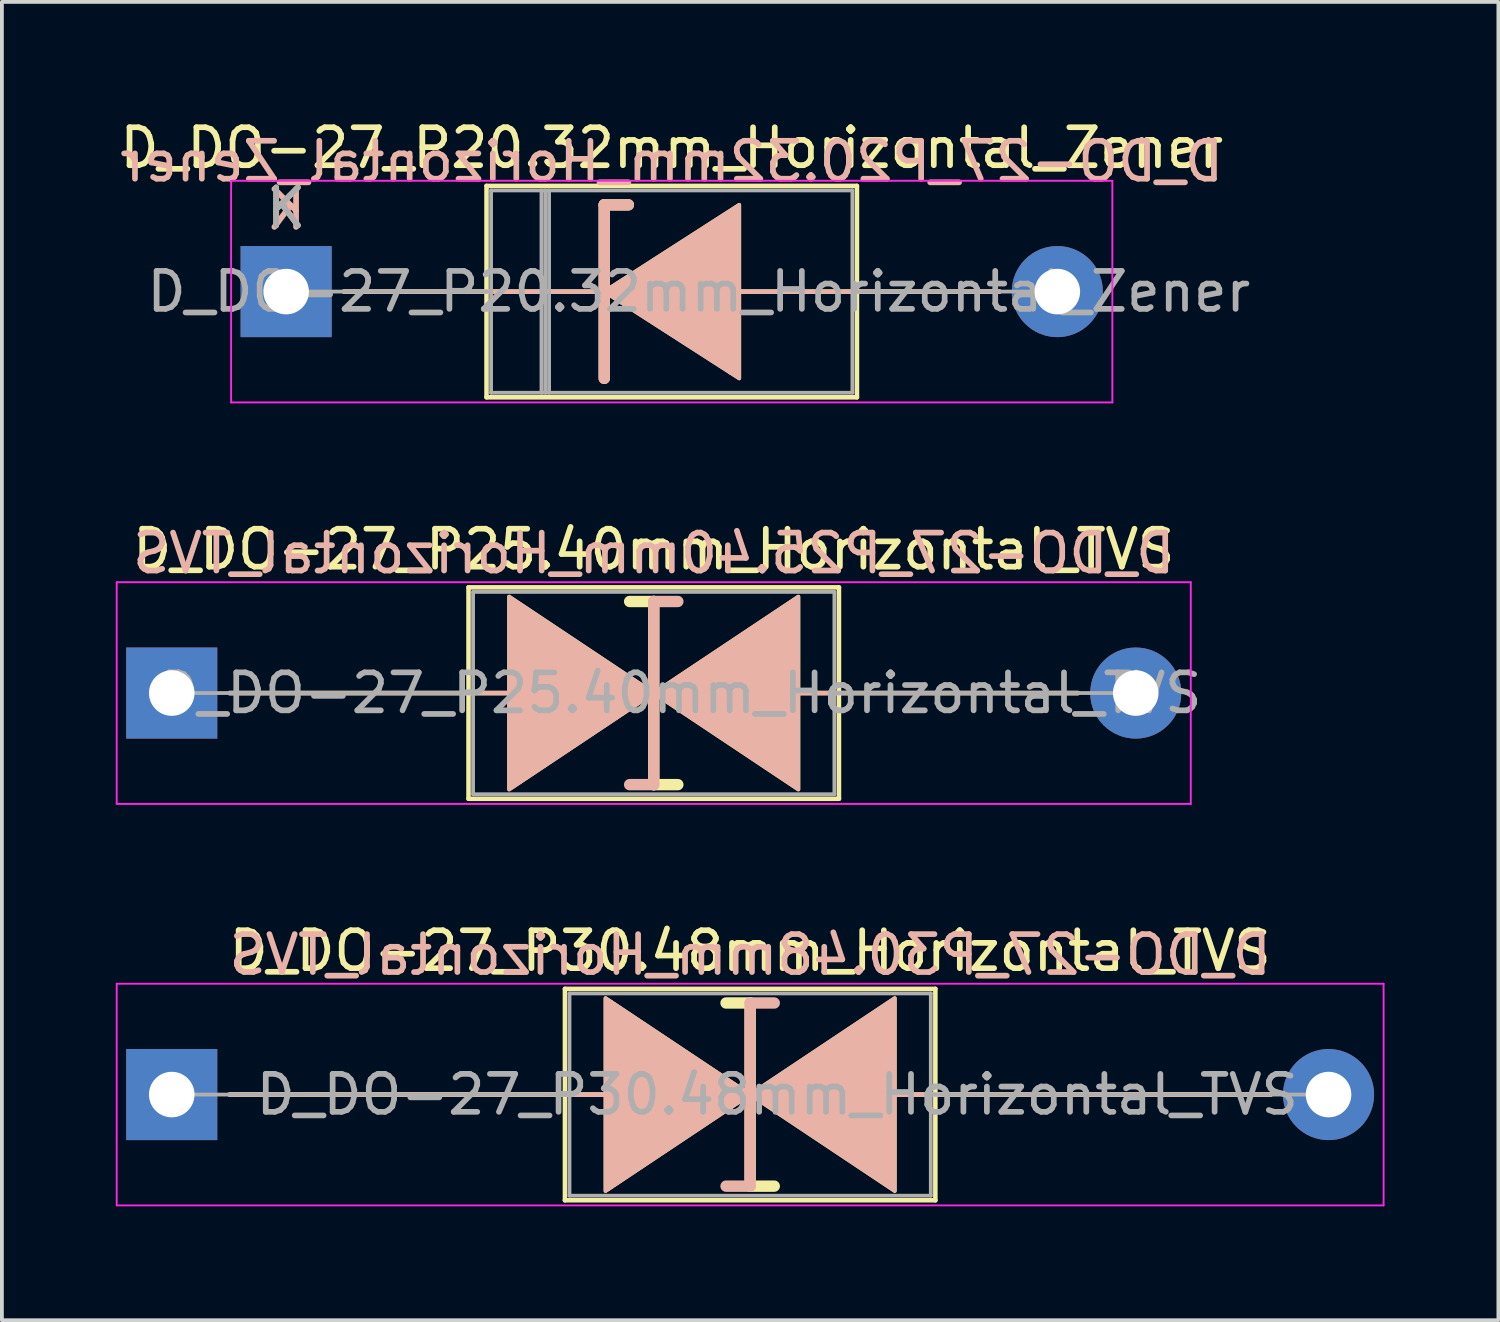
<source format=kicad_pcb>
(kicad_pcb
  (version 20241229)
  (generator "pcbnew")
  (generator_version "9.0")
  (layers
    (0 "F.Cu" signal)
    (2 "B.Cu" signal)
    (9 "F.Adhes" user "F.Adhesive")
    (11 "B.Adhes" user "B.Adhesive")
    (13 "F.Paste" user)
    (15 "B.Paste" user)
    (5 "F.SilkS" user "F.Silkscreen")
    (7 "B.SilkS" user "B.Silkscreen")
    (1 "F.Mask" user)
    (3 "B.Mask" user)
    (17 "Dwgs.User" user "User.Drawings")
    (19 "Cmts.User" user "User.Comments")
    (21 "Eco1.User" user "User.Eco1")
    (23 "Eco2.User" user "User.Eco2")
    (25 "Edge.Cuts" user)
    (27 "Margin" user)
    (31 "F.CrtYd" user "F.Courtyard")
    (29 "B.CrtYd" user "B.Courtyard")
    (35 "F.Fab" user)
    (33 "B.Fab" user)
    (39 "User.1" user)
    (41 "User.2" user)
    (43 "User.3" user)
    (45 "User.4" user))
  (footprint "D_DO-27_P30.48mm_Horizontal_TVS"
    (layer "F.Cu")
    (at 1.475 25.79)
    (property "Reference" "D_DO-27_P30.48mm_Horizontal_TVS" (at 15.24 -3.785 0) (layer "F.SilkS") (effects (font (size 1 1) (thickness 0.15))))
    (fp_line (start 1.524 0) (end 10.36 0) (stroke (width 0.12) (type solid)) (layer "F.SilkS"))
    (fp_line (start 10.36 -2.785) (end 10.36 2.785) (stroke (width 0.12) (type solid)) (layer "F.SilkS"))
    (fp_line (start 10.36 0) (end 11.43 0) (stroke (width 0.12) (type solid)) (layer "F.SilkS"))
    (fp_line (start 10.36 2.785) (end 20.12 2.785) (stroke (width 0.12) (type solid)) (layer "F.SilkS"))
    (fp_line (start 15.24 -2.413) (end 14.605 -2.413) (stroke (width 0.3) (type solid)) (layer "F.SilkS"))
    (fp_line (start 15.24 2.413) (end 15.24 -2.413) (stroke (width 0.3) (type solid)) (layer "F.SilkS"))
    (fp_line (start 15.875 2.413) (end 15.24 2.413) (stroke (width 0.3) (type solid)) (layer "F.SilkS"))
    (fp_line (start 19.05 0) (end 20.12 0) (stroke (width 0.12) (type solid)) (layer "F.SilkS"))
    (fp_line (start 20.12 -2.785) (end 10.36 -2.785) (stroke (width 0.12) (type solid)) (layer "F.SilkS"))
    (fp_line (start 20.12 2.785) (end 20.12 -2.785) (stroke (width 0.12) (type solid)) (layer "F.SilkS"))
    (fp_line (start 28.956 0) (end 20.12 0) (stroke (width 0.12) (type solid)) (layer "F.SilkS"))
    (fp_poly (pts (xy 15.24 0) (xy 11.43 2.54) (xy 11.43 -2.54)) (stroke (width 0.1) (type solid)) (fill yes) (layer "F.SilkS"))
    (fp_poly (pts (xy 15.24 0) (xy 19.05 -2.54) (xy 19.05 2.54)) (stroke (width 0.1) (type solid)) (fill yes) (layer "F.SilkS"))
    (fp_line (start 1.524 0) (end 10.36 0) (stroke (width 0.12) (type solid)) (layer "B.SilkS"))
    (fp_line (start 10.36 0) (end 11.43 0) (stroke (width 0.12) (type solid)) (layer "B.SilkS"))
    (fp_line (start 15.24 -2.413) (end 15.24 2.413) (stroke (width 0.3) (type solid)) (layer "B.SilkS"))
    (fp_line (start 15.24 2.413) (end 14.605 2.413) (stroke (width 0.3) (type solid)) (layer "B.SilkS"))
    (fp_line (start 15.875 -2.413) (end 15.24 -2.413) (stroke (width 0.3) (type solid)) (layer "B.SilkS"))
    (fp_line (start 19.05 0) (end 20.12 0) (stroke (width 0.12) (type solid)) (layer "B.SilkS"))
    (fp_line (start 28.956 0) (end 20.12 0) (stroke (width 0.12) (type solid)) (layer "B.SilkS"))
    (fp_poly (pts (xy 15.24 0) (xy 11.43 -2.54) (xy 11.43 2.54)) (stroke (width 0.1) (type solid)) (fill yes) (layer "B.SilkS"))
    (fp_poly (pts (xy 15.24 0) (xy 19.05 2.54) (xy 19.05 -2.54)) (stroke (width 0.1) (type solid)) (fill yes) (layer "B.SilkS"))
    (fp_line (start -1.45 -2.92) (end -1.45 2.92) (stroke (width 0.05) (type solid)) (layer "F.CrtYd"))
    (fp_line (start -1.45 2.92) (end 31.93 2.92) (stroke (width 0.05) (type solid)) (layer "F.CrtYd"))
    (fp_line (start 31.93 -2.92) (end -1.45 -2.92) (stroke (width 0.05) (type solid)) (layer "F.CrtYd"))
    (fp_line (start 31.93 2.92) (end 31.93 -2.92) (stroke (width 0.05) (type solid)) (layer "F.CrtYd"))
    (fp_line (start 0 0) (end 10.48 0) (stroke (width 0.1) (type solid)) (layer "F.Fab"))
    (fp_line (start 10.48 -2.665) (end 10.48 2.665) (stroke (width 0.1) (type solid)) (layer "F.Fab"))
    (fp_line (start 10.48 2.665) (end 20 2.665) (stroke (width 0.1) (type solid)) (layer "F.Fab"))
    (fp_line (start 20 -2.665) (end 10.48 -2.665) (stroke (width 0.1) (type solid)) (layer "F.Fab"))
    (fp_line (start 20 2.665) (end 20 -2.665) (stroke (width 0.1) (type solid)) (layer "F.Fab"))
    (fp_line (start 30.48 0) (end 20 0) (stroke (width 0.1) (type solid)) (layer "F.Fab"))
    (fp_text user "${REFERENCE}" (at 15.24 -3.683 0) (layer "B.SilkS") (effects (font (size 1 1) (thickness 0.15)) (justify mirror)))
    (fp_text user "${REFERENCE}" (at 15.954 0 0) (layer "F.Fab") (effects (font (size 1 1) (thickness 0.15))))
    (pad "1" thru_hole rect (at 0 0) (size 2.4 2.4) (drill 1.2) (layers "*.Cu" "*.Mask"))
    (pad "2" thru_hole oval (at 30.48 0) (size 2.4 2.4) (drill 1.2) (layers "*.Cu" "*.Mask")))
  (footprint "D_DO-27_P20.32mm_Horizontal_Zener"
    (layer "F.Cu")
    (at 4.489 4.633)
    (property "Reference" "D_DO-27_P20.32mm_Horizontal_Zener" (at 10.16 -3.785 0) (layer "F.SilkS") (effects (font (size 1 1) (thickness 0.15))))
    (fp_line (start 1.524 0) (end 5.28 0) (stroke (width 0.12) (type solid)) (layer "F.SilkS"))
    (fp_line (start 5.28 -2.785) (end 5.28 2.785) (stroke (width 0.12) (type solid)) (layer "F.SilkS"))
    (fp_line (start 5.28 2.785) (end 15.04 2.785) (stroke (width 0.12) (type solid)) (layer "F.SilkS"))
    (fp_line (start 8.382 -2.286) (end 8.382 2.286) (stroke (width 0.3) (type solid)) (layer "F.SilkS"))
    (fp_line (start 8.382 -2.286) (end 9.017 -2.286) (stroke (width 0.3) (type solid)) (layer "F.SilkS"))
    (fp_line (start 8.382 0) (end 5.28 0) (stroke (width 0.12) (type solid)) (layer "F.SilkS"))
    (fp_line (start 11.811 0) (end 15.04 0) (stroke (width 0.12) (type solid)) (layer "F.SilkS"))
    (fp_line (start 15.04 -2.785) (end 5.28 -2.785) (stroke (width 0.12) (type solid)) (layer "F.SilkS"))
    (fp_line (start 15.04 2.785) (end 15.04 -2.785) (stroke (width 0.12) (type solid)) (layer "F.SilkS"))
    (fp_line (start 18.796 0) (end 15.04 0) (stroke (width 0.12) (type solid)) (layer "F.SilkS"))
    (fp_poly (pts (xy 11.938 2.286) (xy 8.382 0) (xy 11.938 -2.286)) (stroke (width 0.1) (type solid)) (fill yes) (layer "F.SilkS"))
    (fp_line (start 1.524 0) (end 5.28 0) (stroke (width 0.12) (type solid)) (layer "B.SilkS"))
    (fp_line (start 8.382 -2.286) (end 9.017 -2.286) (stroke (width 0.3) (type solid)) (layer "B.SilkS"))
    (fp_line (start 8.382 0) (end 5.28 0) (stroke (width 0.12) (type solid)) (layer "B.SilkS"))
    (fp_line (start 8.382 2.286) (end 8.382 -2.286) (stroke (width 0.3) (type solid)) (layer "B.SilkS"))
    (fp_line (start 11.811 0) (end 15.04 0) (stroke (width 0.12) (type solid)) (layer "B.SilkS"))
    (fp_line (start 18.796 0) (end 15.04 0) (stroke (width 0.12) (type solid)) (layer "B.SilkS"))
    (fp_poly (pts (xy 11.938 -2.286) (xy 8.382 0) (xy 11.938 2.286)) (stroke (width 0.1) (type solid)) (fill yes) (layer "B.SilkS"))
    (fp_line (start -1.45 -2.92) (end -1.45 2.92) (stroke (width 0.05) (type solid)) (layer "F.CrtYd"))
    (fp_line (start -1.45 2.92) (end 21.77 2.92) (stroke (width 0.05) (type solid)) (layer "F.CrtYd"))
    (fp_line (start 21.77 -2.92) (end -1.45 -2.92) (stroke (width 0.05) (type solid)) (layer "F.CrtYd"))
    (fp_line (start 21.77 2.92) (end 21.77 -2.92) (stroke (width 0.05) (type solid)) (layer "F.CrtYd"))
    (fp_line (start 0 0) (end 5.4 0) (stroke (width 0.1) (type solid)) (layer "F.Fab"))
    (fp_line (start 5.4 -2.665) (end 5.4 2.665) (stroke (width 0.1) (type solid)) (layer "F.Fab"))
    (fp_line (start 5.4 2.665) (end 14.92 2.665) (stroke (width 0.1) (type solid)) (layer "F.Fab"))
    (fp_line (start 6.728 -2.665) (end 6.728 2.665) (stroke (width 0.1) (type solid)) (layer "F.Fab"))
    (fp_line (start 6.828 -2.665) (end 6.828 2.665) (stroke (width 0.1) (type solid)) (layer "F.Fab"))
    (fp_line (start 6.928 -2.665) (end 6.928 2.665) (stroke (width 0.1) (type solid)) (layer "F.Fab"))
    (fp_line (start 14.92 -2.665) (end 5.4 -2.665) (stroke (width 0.1) (type solid)) (layer "F.Fab"))
    (fp_line (start 14.92 2.665) (end 14.92 -2.665) (stroke (width 0.1) (type solid)) (layer "F.Fab"))
    (fp_line (start 20.32 0) (end 14.92 0) (stroke (width 0.1) (type solid)) (layer "F.Fab"))
    (fp_text user "K" (at 0 -2.2 0) (layer "F.SilkS") (effects (font (size 1 1) (thickness 0.15))))
    (fp_text user "K" (at 0 -2.159 0) (layer "B.SilkS") (effects (font (size 1 1) (thickness 0.15)) (justify mirror)))
    (fp_text user "${REFERENCE}" (at 10.16 -3.429 0) (layer "B.SilkS") (effects (font (size 1 1) (thickness 0.15)) (justify mirror)))
    (fp_text user "K" (at 0 -2.2 0) (layer "F.Fab") (effects (font (size 1 1) (thickness 0.15))))
    (fp_text user "${REFERENCE}" (at 10.874 0 0) (layer "F.Fab") (effects (font (size 1 1) (thickness 0.15))))
    (pad "1" thru_hole rect (at 0 0) (size 2.4 2.4) (drill 1.2) (layers "*.Cu" "*.Mask"))
    (pad "2" thru_hole oval (at 20.32 0) (size 2.4 2.4) (drill 1.2) (layers "*.Cu" "*.Mask")))
  (footprint "D_DO-27_P25.40mm_Horizontal_TVS"
    (layer "F.Cu")
    (at 1.475 15.211)
    (property "Reference" "D_DO-27_P25.40mm_Horizontal_TVS" (at 12.7 -3.785 0) (layer "F.SilkS") (effects (font (size 1 1) (thickness 0.15))))
    (fp_line (start 1.524 0) (end 7.82 0) (stroke (width 0.12) (type solid)) (layer "F.SilkS"))
    (fp_line (start 7.82 -2.785) (end 7.82 2.785) (stroke (width 0.12) (type solid)) (layer "F.SilkS"))
    (fp_line (start 7.82 0) (end 8.89 0) (stroke (width 0.12) (type solid)) (layer "F.SilkS"))
    (fp_line (start 7.82 2.785) (end 17.58 2.785) (stroke (width 0.12) (type solid)) (layer "F.SilkS"))
    (fp_line (start 12.7 -2.413) (end 12.065 -2.413) (stroke (width 0.3) (type solid)) (layer "F.SilkS"))
    (fp_line (start 12.7 2.413) (end 12.7 -2.413) (stroke (width 0.3) (type solid)) (layer "F.SilkS"))
    (fp_line (start 13.335 2.413) (end 12.7 2.413) (stroke (width 0.3) (type solid)) (layer "F.SilkS"))
    (fp_line (start 16.51 0) (end 17.58 0) (stroke (width 0.12) (type solid)) (layer "F.SilkS"))
    (fp_line (start 17.58 -2.785) (end 7.82 -2.785) (stroke (width 0.12) (type solid)) (layer "F.SilkS"))
    (fp_line (start 17.58 2.785) (end 17.58 -2.785) (stroke (width 0.12) (type solid)) (layer "F.SilkS"))
    (fp_line (start 23.876 0) (end 17.58 0) (stroke (width 0.12) (type solid)) (layer "F.SilkS"))
    (fp_poly (pts (xy 12.7 0) (xy 8.89 2.54) (xy 8.89 -2.54)) (stroke (width 0.1) (type solid)) (fill yes) (layer "F.SilkS"))
    (fp_poly (pts (xy 12.7 0) (xy 16.51 -2.54) (xy 16.51 2.54)) (stroke (width 0.1) (type solid)) (fill yes) (layer "F.SilkS"))
    (fp_line (start 1.524 0) (end 7.82 0) (stroke (width 0.12) (type solid)) (layer "B.SilkS"))
    (fp_line (start 7.82 0) (end 8.89 0) (stroke (width 0.12) (type solid)) (layer "B.SilkS"))
    (fp_line (start 12.7 -2.413) (end 12.7 2.413) (stroke (width 0.3) (type solid)) (layer "B.SilkS"))
    (fp_line (start 12.7 2.413) (end 12.065 2.413) (stroke (width 0.3) (type solid)) (layer "B.SilkS"))
    (fp_line (start 13.335 -2.413) (end 12.7 -2.413) (stroke (width 0.3) (type solid)) (layer "B.SilkS"))
    (fp_line (start 16.51 0) (end 17.58 0) (stroke (width 0.12) (type solid)) (layer "B.SilkS"))
    (fp_line (start 23.876 0) (end 17.58 0) (stroke (width 0.12) (type solid)) (layer "B.SilkS"))
    (fp_poly (pts (xy 12.7 0) (xy 8.89 -2.54) (xy 8.89 2.54)) (stroke (width 0.1) (type solid)) (fill yes) (layer "B.SilkS"))
    (fp_poly (pts (xy 12.7 0) (xy 16.51 2.54) (xy 16.51 -2.54)) (stroke (width 0.1) (type solid)) (fill yes) (layer "B.SilkS"))
    (fp_line (start -1.45 -2.92) (end -1.45 2.92) (stroke (width 0.05) (type solid)) (layer "F.CrtYd"))
    (fp_line (start -1.45 2.92) (end 26.85 2.92) (stroke (width 0.05) (type solid)) (layer "F.CrtYd"))
    (fp_line (start 26.85 -2.92) (end -1.45 -2.92) (stroke (width 0.05) (type solid)) (layer "F.CrtYd"))
    (fp_line (start 26.85 2.92) (end 26.85 -2.92) (stroke (width 0.05) (type solid)) (layer "F.CrtYd"))
    (fp_line (start 0 0) (end 7.94 0) (stroke (width 0.1) (type solid)) (layer "F.Fab"))
    (fp_line (start 7.94 -2.665) (end 7.94 2.665) (stroke (width 0.1) (type solid)) (layer "F.Fab"))
    (fp_line (start 7.94 2.665) (end 17.46 2.665) (stroke (width 0.1) (type solid)) (layer "F.Fab"))
    (fp_line (start 17.46 -2.665) (end 7.94 -2.665) (stroke (width 0.1) (type solid)) (layer "F.Fab"))
    (fp_line (start 17.46 2.665) (end 17.46 -2.665) (stroke (width 0.1) (type solid)) (layer "F.Fab"))
    (fp_line (start 25.4 0) (end 17.46 0) (stroke (width 0.1) (type solid)) (layer "F.Fab"))
    (fp_text user "${REFERENCE}" (at 12.7 -3.683 0) (layer "B.SilkS") (effects (font (size 1 1) (thickness 0.15)) (justify mirror)))
    (fp_text user "${REFERENCE}" (at 13.414 0 0) (layer "F.Fab") (effects (font (size 1 1) (thickness 0.15))))
    (pad "1" thru_hole rect (at 0 0) (size 2.4 2.4) (drill 1.2) (layers "*.Cu" "*.Mask"))
    (pad "2" thru_hole oval (at 25.4 0) (size 2.4 2.4) (drill 1.2) (layers "*.Cu" "*.Mask")))
  (gr_rect
    (start -3 -3)
    (end 36.43 31.735)
    (stroke (width 0.1) (type default))
    (fill no)
    (layer "Edge.Cuts")))
</source>
